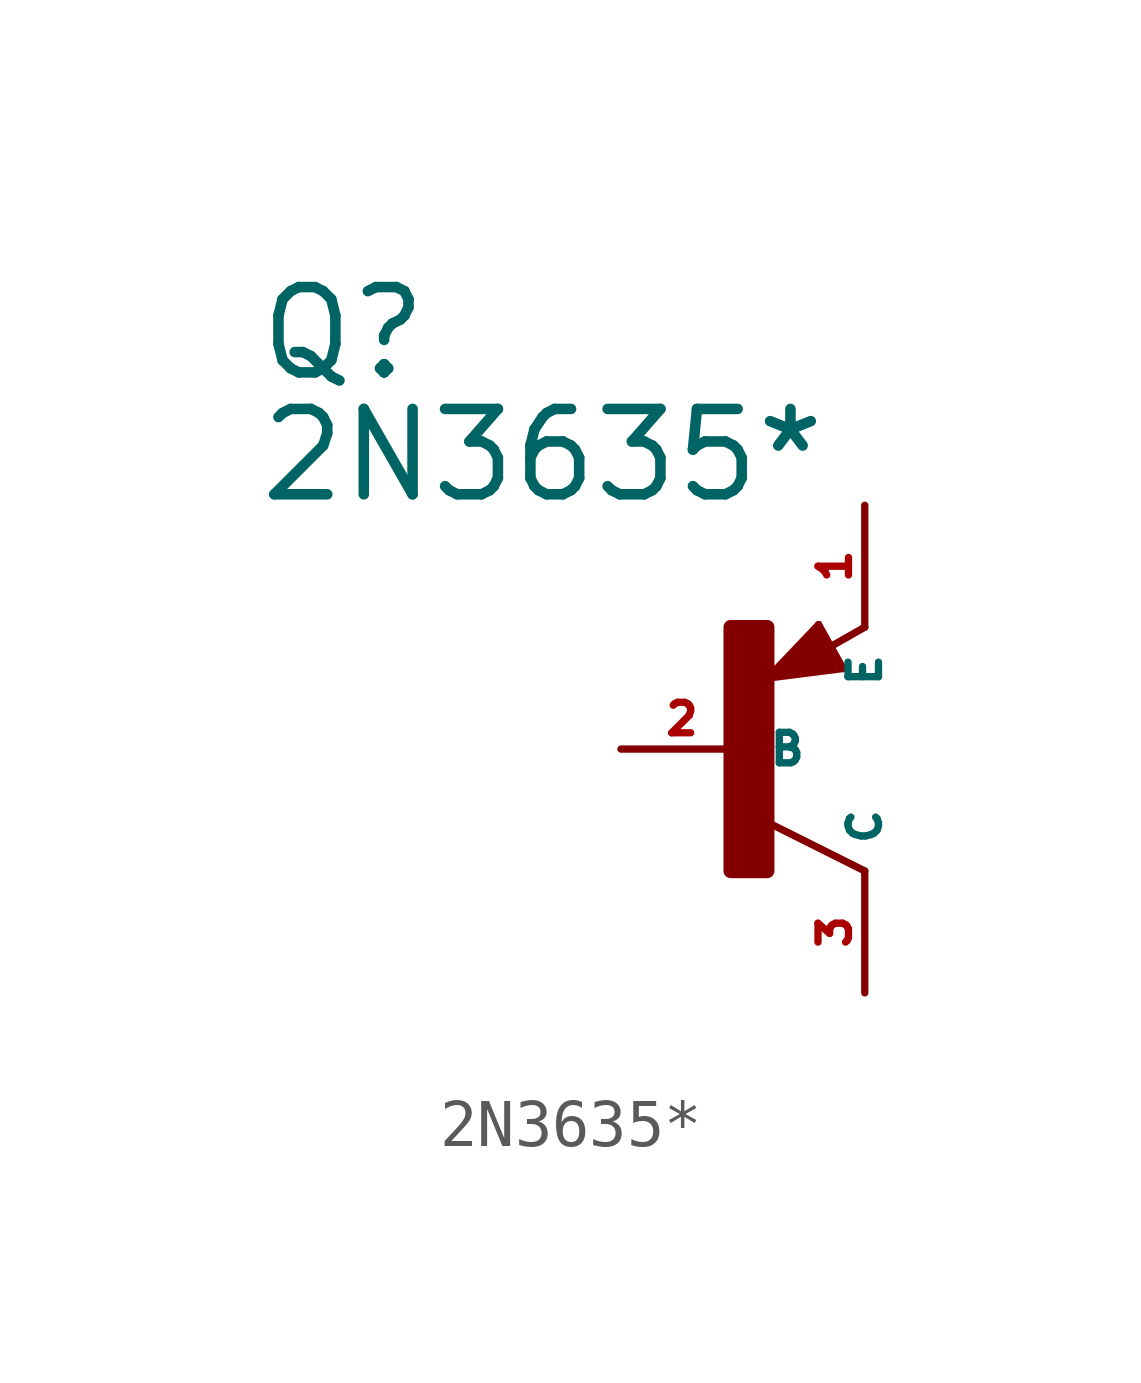
<source format=kicad_sym>
(kicad_symbol_lib
  (version 20220914)
  (generator Eagle2Kicad)
  (symbol "2N3635*"
    (property "Reference" "Q"
      (at -10.16 7.62 0)
      (effects (font (size 1.778 1.778) (thickness 0.22)) (justify left bottom)))
    (property "Value" "2N3635*"
      (at -10.16 5.08 0)
      (effects (font (size 1.778 1.778) (thickness 0.22)) (justify left bottom)))
    (polyline
      (pts (xy 2.086 1.678) (xy 1.578 2.594))
      (stroke (width 0.152) (type default))
      (fill (type none)))
    (polyline
      (pts (xy 1.578 2.594) (xy 0.516 1.478))
      (stroke (width 0.152) (type default))
      (fill (type none)))
    (polyline
      (pts (xy 0.516 1.478) (xy 2.086 1.678))
      (stroke (width 0.152) (type default))
      (fill (type none)))
    (polyline
      (pts (xy 2.54 2.54) (xy 1.808 2.124))
      (stroke (width 0.152) (type default))
      (fill (type none)))
    (polyline
      (pts (xy 2.54 -2.54) (xy 0.508 -1.524))
      (stroke (width 0.152) (type default))
      (fill (type none)))
    (polyline
      (pts (xy 1.905 1.778) (xy 1.524 2.413))
      (stroke (width 0.254) (type default))
      (fill (type none)))
    (polyline
      (pts (xy 1.524 2.413) (xy 0.762 1.651))
      (stroke (width 0.254) (type default))
      (fill (type none)))
    (polyline
      (pts (xy 0.762 1.651) (xy 1.778 1.778))
      (stroke (width 0.254) (type default))
      (fill (type none)))
    (polyline
      (pts (xy 1.778 1.778) (xy 1.524 2.159))
      (stroke (width 0.254) (type default))
      (fill (type none)))
    (polyline
      (pts (xy 1.524 2.159) (xy 1.143 1.905))
      (stroke (width 0.254) (type default))
      (fill (type none)))
    (polyline
      (pts (xy 1.143 1.905) (xy 1.524 1.905))
      (stroke (width 0.254) (type default))
      (fill (type none)))
    (rectangle
      (start -0.254 -2.54)
      (end 0.508 2.54)
      (stroke (width 0.3) (type default))
      (fill (type outline)))
    (pin passive line
      (at -2.54 0 0)
      (length 2.54)
      (name "B" (effects (font (size 0.635 0.635) (thickness 0.08)) (justify left bottom)))
      (number "2" (effects (font (size 0.635 0.635) (thickness 0.08)) (justify left bottom))))
    (pin passive line
      (at 2.54 5.08 270)
      (length 2.54)
      (name "E" (effects (font (size 0.635 0.635) (thickness 0.08)) (justify left bottom)))
      (number "1" (effects (font (size 0.635 0.635) (thickness 0.08)) (justify left bottom))))
    (pin passive line
      (at 2.54 -5.08 90)
      (length 2.54)
      (name "C" (effects (font (size 0.635 0.635) (thickness 0.08)) (justify left bottom)))
      (number "3" (effects (font (size 0.635 0.635) (thickness 0.08)) (justify left bottom))))))
</source>
